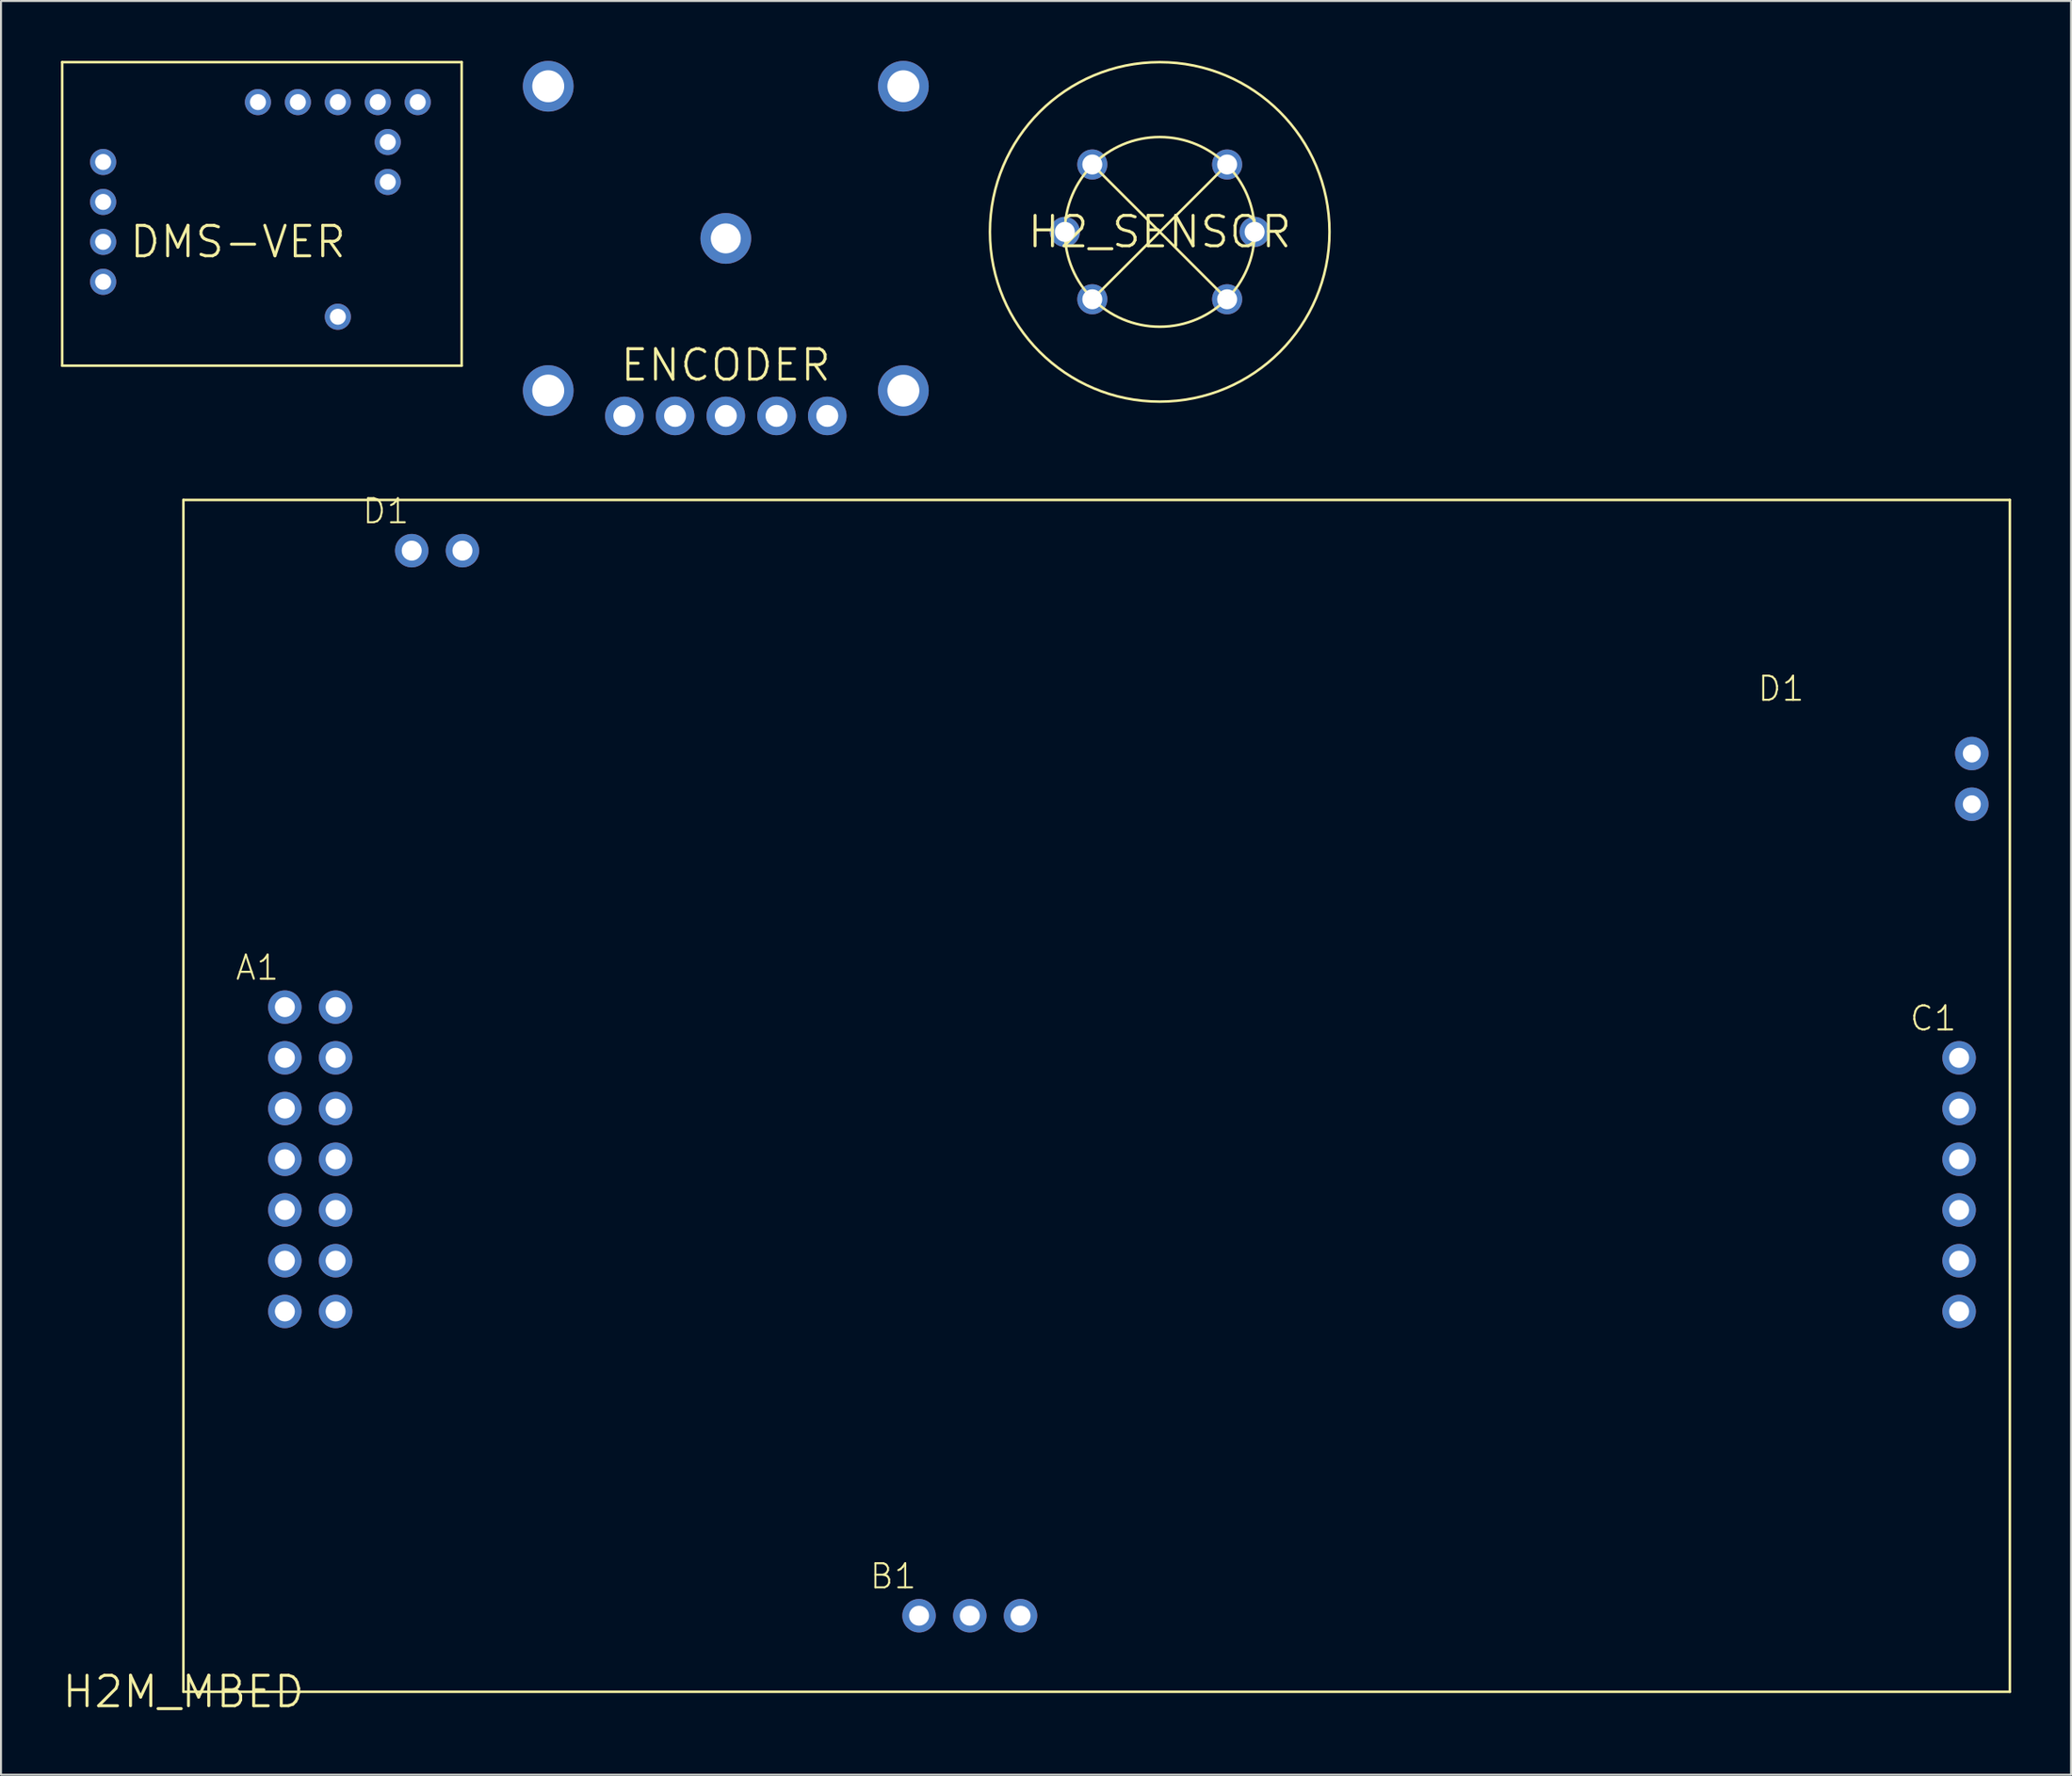
<source format=kicad_pcb>
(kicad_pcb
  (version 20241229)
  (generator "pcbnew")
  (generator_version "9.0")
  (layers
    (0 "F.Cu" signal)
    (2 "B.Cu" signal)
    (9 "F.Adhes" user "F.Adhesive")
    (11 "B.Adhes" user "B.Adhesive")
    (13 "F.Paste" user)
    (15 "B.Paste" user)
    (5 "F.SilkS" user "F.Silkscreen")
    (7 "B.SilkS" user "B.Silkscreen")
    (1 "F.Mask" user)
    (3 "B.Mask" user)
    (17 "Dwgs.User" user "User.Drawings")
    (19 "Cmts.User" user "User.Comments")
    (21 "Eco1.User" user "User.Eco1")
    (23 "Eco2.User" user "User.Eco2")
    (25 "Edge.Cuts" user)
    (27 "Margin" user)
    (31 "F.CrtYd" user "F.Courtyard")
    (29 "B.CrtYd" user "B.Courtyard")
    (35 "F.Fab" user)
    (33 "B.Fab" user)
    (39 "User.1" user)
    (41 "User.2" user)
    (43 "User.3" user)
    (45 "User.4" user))
  (footprint "ENCODER"
    (layer "F.Cu")
    (at 33.287 15.24)
    (property "Reference" "ENCODER" (at 0 0 0) (layer "F.SilkS") (effects (font (size 1.524 1.524) (thickness 0.15))))
    (attr through_hole)
    (pad "P1_A" thru_hole circle (at -2.54 2.54) (size 1.93 1.93) (drill 1.1) (layers "*.Cu" "*.Mask"))
    (pad "P1_B" thru_hole circle (at 2.54 2.54) (size 1.93 1.93) (drill 1.1) (layers "*.Cu" "*.Mask"))
    (pad "P1_C" thru_hole circle (at 0 2.54) (size 1.93 1.93) (drill 1.1) (layers "*.Cu" "*.Mask"))
    (pad "P2_A" thru_hole circle (at -5.08 2.54) (size 1.93 1.93) (drill 1.1) (layers "*.Cu" "*.Mask"))
    (pad "P2_B" thru_hole circle (at 5.08 2.54) (size 1.93 1.93) (drill 1.1) (layers "*.Cu" "*.Mask"))
    (pad "P6_G" thru_hole circle (at -8.89 -13.97) (size 2.54 2.54) (drill 1.6) (layers "*.Cu" "*.Mask"))
    (pad "P7_G" thru_hole circle (at -8.89 1.27) (size 2.54 2.54) (drill 1.6) (layers "*.Cu" "*.Mask"))
    (pad "P8_G" thru_hole circle (at 8.89 1.27) (size 2.54 2.54) (drill 1.6) (layers "*.Cu" "*.Mask"))
    (pad "P9_G" thru_hole circle (at 8.89 -13.97) (size 2.54 2.54) (drill 1.6) (layers "*.Cu" "*.Mask"))
    (pad "P10_" thru_hole circle (at 0 -6.35) (size 2.54 2.54) (drill 1.5) (layers "*.Cu" "*.Mask")))
  (footprint "H2M_MBED"
    (layer "F.Cu")
    (at 6.132 81.677)
    (property "Reference" "H2M_MBED" (at 0 0 0) (layer "F.SilkS") (effects (font (size 1.524 1.524) (thickness 0.15))))
    (attr through_hole)
    (fp_line (start 0 -59.69) (end 0 0) (stroke (width 0.127) (type solid)) (layer "F.SilkS"))
    (fp_line (start 0 0) (end 91.44 0) (stroke (width 0.127) (type solid)) (layer "F.SilkS"))
    (fp_line (start 91.44 -59.69) (end 0 -59.69) (stroke (width 0.127) (type solid)) (layer "F.SilkS"))
    (fp_line (start 91.44 0) (end 91.44 -59.69) (stroke (width 0.127) (type solid)) (layer "F.SilkS"))
    (fp_text user "A1" (at 2.54 -35.56 0) (layer "F.SilkS") (effects (font (size 1.206 1.206) (thickness 0.102)) (justify left bottom)))
    (fp_text user "D1" (at 8.89 -58.42 0) (layer "F.SilkS") (effects (font (size 1.206 1.206) (thickness 0.102)) (justify left bottom)))
    (fp_text user "C1" (at 86.36 -33.02 0) (layer "F.SilkS") (effects (font (size 1.206 1.206) (thickness 0.102)) (justify left bottom)))
    (fp_text user "B1" (at 34.29 -5.08 0) (layer "F.SilkS") (effects (font (size 1.206 1.206) (thickness 0.102)) (justify left bottom)))
    (fp_text user "D1" (at 78.74 -49.53 0) (layer "F.SilkS") (effects (font (size 1.206 1.206) (thickness 0.102)) (justify left bottom)))
    (pad "P$A1" thru_hole circle (at 5.08 -34.29) (size 1.676 1.676) (drill 1) (layers "*.Cu" "*.Mask"))
    (pad "P$A1" thru_hole circle (at 5.08 -21.59) (size 1.676 1.676) (drill 1) (layers "*.Cu" "*.Mask"))
    (pad "P$A1" thru_hole circle (at 5.08 -19.05) (size 1.676 1.676) (drill 1) (layers "*.Cu" "*.Mask"))
    (pad "P$A1" thru_hole circle (at 7.62 -24.13) (size 1.676 1.676) (drill 1) (layers "*.Cu" "*.Mask"))
    (pad "P$A1" thru_hole circle (at 7.62 -21.59) (size 1.676 1.676) (drill 1) (layers "*.Cu" "*.Mask"))
    (pad "P$A1" thru_hole circle (at 7.62 -19.05) (size 1.676 1.676) (drill 1) (layers "*.Cu" "*.Mask"))
    (pad "P$A2" thru_hole circle (at 7.62 -34.29) (size 1.676 1.676) (drill 1) (layers "*.Cu" "*.Mask"))
    (pad "P$A3" thru_hole circle (at 5.08 -31.75) (size 1.676 1.676) (drill 1) (layers "*.Cu" "*.Mask"))
    (pad "P$A4" thru_hole circle (at 7.62 -31.75) (size 1.676 1.676) (drill 1) (layers "*.Cu" "*.Mask"))
    (pad "P$A5" thru_hole circle (at 5.08 -29.21) (size 1.676 1.676) (drill 1) (layers "*.Cu" "*.Mask"))
    (pad "P$A6" thru_hole circle (at 7.62 -29.21) (size 1.676 1.676) (drill 1) (layers "*.Cu" "*.Mask"))
    (pad "P$A7" thru_hole circle (at 5.08 -26.67) (size 1.676 1.676) (drill 1) (layers "*.Cu" "*.Mask"))
    (pad "P$A8" thru_hole circle (at 7.62 -26.67) (size 1.676 1.676) (drill 1) (layers "*.Cu" "*.Mask"))
    (pad "P$A9" thru_hole circle (at 5.08 -24.13) (size 1.676 1.676) (drill 1) (layers "*.Cu" "*.Mask"))
    (pad "P$B1" thru_hole circle (at 36.83 -3.81) (size 1.676 1.676) (drill 1) (layers "*.Cu" "*.Mask"))
    (pad "P$B2" thru_hole circle (at 39.37 -3.81) (size 1.676 1.676) (drill 1) (layers "*.Cu" "*.Mask"))
    (pad "P$B3" thru_hole circle (at 41.91 -3.81) (size 1.676 1.676) (drill 1) (layers "*.Cu" "*.Mask"))
    (pad "P$C1" thru_hole circle (at 88.9 -31.75) (size 1.676 1.676) (drill 1) (layers "*.Cu" "*.Mask"))
    (pad "P$C2" thru_hole circle (at 88.9 -29.21) (size 1.676 1.676) (drill 1) (layers "*.Cu" "*.Mask"))
    (pad "P$C3" thru_hole circle (at 88.9 -26.67) (size 1.676 1.676) (drill 1) (layers "*.Cu" "*.Mask"))
    (pad "P$C4" thru_hole circle (at 88.9 -24.13) (size 1.676 1.676) (drill 1) (layers "*.Cu" "*.Mask"))
    (pad "P$C5" thru_hole circle (at 88.9 -21.59) (size 1.676 1.676) (drill 1) (layers "*.Cu" "*.Mask"))
    (pad "P$C6" thru_hole circle (at 88.9 -19.05) (size 1.676 1.676) (drill 1) (layers "*.Cu" "*.Mask"))
    (pad "P$D1" thru_hole circle (at 11.43 -57.15) (size 1.676 1.676) (drill 1) (layers "*.Cu" "*.Mask"))
    (pad "P$D2" thru_hole circle (at 13.97 -57.15) (size 1.676 1.676) (drill 1) (layers "*.Cu" "*.Mask"))
    (pad "P$E1" thru_hole circle (at 89.535 -46.99) (size 1.676 1.676) (drill 0.9) (layers "*.Cu" "*.Mask"))
    (pad "P$E2" thru_hole circle (at 89.535 -44.45) (size 1.676 1.676) (drill 0.9) (layers "*.Cu" "*.Mask")))
  (footprint "H2_SENSOR"
    (layer "F.Cu")
    (at 55.011 8.563)
    (property "Reference" "H2_SENSOR" (at 0 0 0) (layer "F.SilkS") (effects (font (size 1.524 1.524) (thickness 0.15))))
    (attr through_hole)
    (fp_line (start 0 0) (end -3.5 -3.5) (stroke (width 0.127) (type solid)) (layer "F.SilkS"))
    (fp_line (start 0 0) (end -3.5 3.5) (stroke (width 0.127) (type solid)) (layer "F.SilkS"))
    (fp_line (start 0 0) (end 3.5 -3.5) (stroke (width 0.127) (type solid)) (layer "F.SilkS"))
    (fp_line (start 0 0) (end 3.5 3.5) (stroke (width 0.127) (type solid)) (layer "F.SilkS"))
    (fp_circle (center 0 0) (end 4.75 0) (stroke (width 0.127) (type solid)) (fill no) (layer "F.SilkS"))
    (fp_circle (center 0 0) (end 8.5 0) (stroke (width 0.127) (type solid)) (fill no) (layer "F.SilkS"))
    (pad "1" thru_hole circle (at 3.375 3.375) (size 1.508 1.508) (drill 1) (layers "*.Cu" "*.Mask"))
    (pad "2" thru_hole circle (at 4.75 0) (size 1.508 1.508) (drill 1) (layers "*.Cu" "*.Mask"))
    (pad "3" thru_hole circle (at 3.375 -3.375) (size 1.508 1.508) (drill 1) (layers "*.Cu" "*.Mask"))
    (pad "4" thru_hole circle (at -3.375 -3.375) (size 1.508 1.508) (drill 1) (layers "*.Cu" "*.Mask"))
    (pad "5" thru_hole circle (at -4.75 0) (size 1.508 1.508) (drill 1) (layers "*.Cu" "*.Mask"))
    (pad "6" thru_hole circle (at -3.375 3.375) (size 1.508 1.508) (drill 1) (layers "*.Cu" "*.Mask")))
  (footprint "DMS-VER"
    (layer "F.Cu")
    (at 8.864 9.063)
    (property "Reference" "DMS-VER" (at 0 0 0) (layer "F.SilkS") (effects (font (size 1.524 1.524) (thickness 0.15))))
    (attr through_hole)
    (fp_line (start -8.8 -9) (end 11.2 -9) (stroke (width 0.127) (type solid)) (layer "F.SilkS"))
    (fp_line (start -8.8 6.2) (end -8.8 -9) (stroke (width 0.127) (type solid)) (layer "F.SilkS"))
    (fp_line (start 11.2 -9) (end 11.2 6.2) (stroke (width 0.127) (type solid)) (layer "F.SilkS"))
    (fp_line (start 11.2 6.2) (end -8.8 6.2) (stroke (width 0.127) (type solid)) (layer "F.SilkS"))
    (pad "+5V" thru_hole circle (at 7 -7) (size 1.308 1.308) (drill 0.8) (layers "*.Cu" "*.Mask"))
    (pad "+12V" thru_hole circle (at 7.5 -5) (size 1.308 1.308) (drill 0.8) (layers "*.Cu" "*.Mask"))
    (pad "+V_D" thru_hole circle (at -6.75 0) (size 1.308 1.308) (drill 0.8) (layers "*.Cu" "*.Mask"))
    (pad "-12V" thru_hole circle (at 7.5 -3) (size 1.308 1.308) (drill 0.8) (layers "*.Cu" "*.Mask"))
    (pad "CLK" thru_hole circle (at 1 -7) (size 1.308 1.308) (drill 0.8) (layers "*.Cu" "*.Mask"))
    (pad "GND" thru_hole circle (at 5 -7) (size 1.308 1.308) (drill 0.8) (layers "*.Cu" "*.Mask"))
    (pad "GND_" thru_hole circle (at -6.75 -2) (size 1.308 1.308) (drill 0.8) (layers "*.Cu" "*.Mask"))
    (pad "IN+" thru_hole circle (at -6.75 -4) (size 1.308 1.308) (drill 0.8) (layers "*.Cu" "*.Mask"))
    (pad "IN_D" thru_hole circle (at -6.75 2) (size 1.308 1.308) (drill 0.8) (layers "*.Cu" "*.Mask"))
    (pad "OUT" thru_hole circle (at 9 -7) (size 1.308 1.308) (drill 0.8) (layers "*.Cu" "*.Mask"))
    (pad "U/D" thru_hole circle (at 3 -7) (size 1.308 1.308) (drill 0.8) (layers "*.Cu" "*.Mask"))
    (pad "VREF" thru_hole circle (at 5 3.75) (size 1.308 1.308) (drill 0.8) (layers "*.Cu" "*.Mask")))
  (gr_rect
    (start -3 -3)
    (end 100.636 85.831)
    (stroke (width 0.1) (type default))
    (fill no)
    (layer "Edge.Cuts")))
</source>
